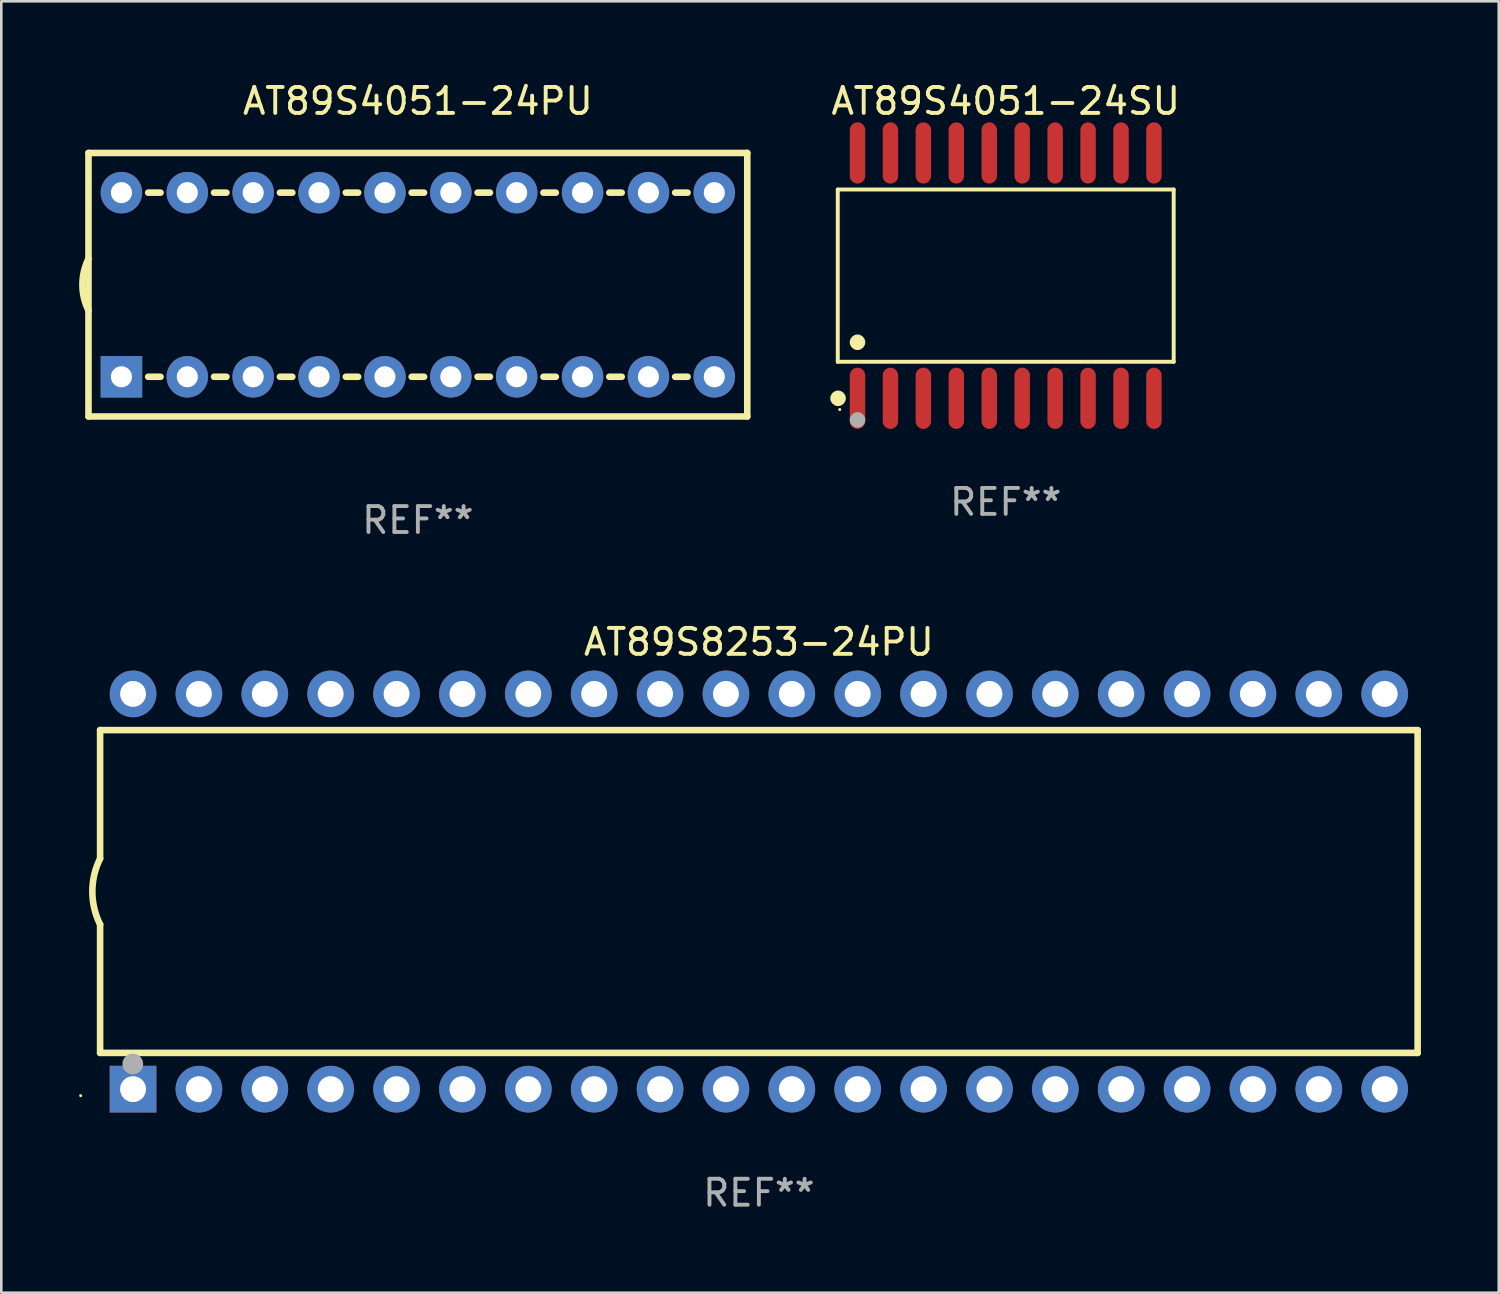
<source format=kicad_pcb>
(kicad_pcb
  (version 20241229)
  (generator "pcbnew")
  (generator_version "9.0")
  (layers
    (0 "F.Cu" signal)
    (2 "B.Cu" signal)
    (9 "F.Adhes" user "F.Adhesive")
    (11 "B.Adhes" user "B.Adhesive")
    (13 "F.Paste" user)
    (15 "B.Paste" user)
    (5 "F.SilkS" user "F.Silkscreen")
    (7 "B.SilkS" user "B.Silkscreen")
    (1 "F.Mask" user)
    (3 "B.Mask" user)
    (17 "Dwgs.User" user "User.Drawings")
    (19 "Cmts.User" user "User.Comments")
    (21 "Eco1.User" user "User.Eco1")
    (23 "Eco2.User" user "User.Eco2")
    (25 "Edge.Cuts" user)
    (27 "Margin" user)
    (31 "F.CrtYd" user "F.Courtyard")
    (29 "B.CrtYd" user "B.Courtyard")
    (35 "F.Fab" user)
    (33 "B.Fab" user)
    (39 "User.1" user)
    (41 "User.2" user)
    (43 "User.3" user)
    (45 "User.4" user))
  (footprint "AT89S4051-24PU"
    (layer "F.Cu")
    (at 13.062 7.928)
    (property "Reference" "AT89S4051-24PU" (at 0 -7.08 0) (layer "F.SilkS") (effects (font (size 1 1) (thickness 0.15))))
    (attr through_hole)
    (fp_line (start -12.7 -5.08) (end -12.7 5.08) (stroke (width 0.254) (type solid)) (layer "F.SilkS"))
    (fp_line (start -12.7 5.08) (end 12.7 5.08) (stroke (width 0.254) (type solid)) (layer "F.SilkS"))
    (fp_line (start -10.399 -3.55) (end -9.921 -3.55) (stroke (width 0.254) (type solid)) (layer "F.SilkS"))
    (fp_line (start -10.399 3.55) (end -9.921 3.55) (stroke (width 0.254) (type solid)) (layer "F.SilkS"))
    (fp_line (start -7.859 -3.55) (end -7.381 -3.55) (stroke (width 0.254) (type solid)) (layer "F.SilkS"))
    (fp_line (start -7.859 3.55) (end -7.381 3.55) (stroke (width 0.254) (type solid)) (layer "F.SilkS"))
    (fp_line (start -5.319 -3.55) (end -4.841 -3.55) (stroke (width 0.254) (type solid)) (layer "F.SilkS"))
    (fp_line (start -5.319 3.55) (end -4.841 3.55) (stroke (width 0.254) (type solid)) (layer "F.SilkS"))
    (fp_line (start -2.779 -3.55) (end -2.301 -3.55) (stroke (width 0.254) (type solid)) (layer "F.SilkS"))
    (fp_line (start -2.779 3.55) (end -2.301 3.55) (stroke (width 0.254) (type solid)) (layer "F.SilkS"))
    (fp_line (start -0.239 -3.55) (end 0.239 -3.55) (stroke (width 0.254) (type solid)) (layer "F.SilkS"))
    (fp_line (start -0.239 3.55) (end 0.239 3.55) (stroke (width 0.254) (type solid)) (layer "F.SilkS"))
    (fp_line (start 2.301 -3.55) (end 2.779 -3.55) (stroke (width 0.254) (type solid)) (layer "F.SilkS"))
    (fp_line (start 2.301 3.55) (end 2.779 3.55) (stroke (width 0.254) (type solid)) (layer "F.SilkS"))
    (fp_line (start 4.841 -3.55) (end 5.319 -3.55) (stroke (width 0.254) (type solid)) (layer "F.SilkS"))
    (fp_line (start 4.841 3.55) (end 5.319 3.55) (stroke (width 0.254) (type solid)) (layer "F.SilkS"))
    (fp_line (start 7.381 -3.55) (end 7.859 -3.55) (stroke (width 0.254) (type solid)) (layer "F.SilkS"))
    (fp_line (start 7.381 3.55) (end 7.859 3.55) (stroke (width 0.254) (type solid)) (layer "F.SilkS"))
    (fp_line (start 9.921 -3.55) (end 10.399 -3.55) (stroke (width 0.254) (type solid)) (layer "F.SilkS"))
    (fp_line (start 9.921 3.55) (end 10.399 3.55) (stroke (width 0.254) (type solid)) (layer "F.SilkS"))
    (fp_line (start 12.7 -5.08) (end -12.7 -5.08) (stroke (width 0.254) (type solid)) (layer "F.SilkS"))
    (fp_line (start 12.7 5.08) (end 12.7 -5.08) (stroke (width 0.254) (type solid)) (layer "F.SilkS"))
    (fp_arc (start -12.697638 0.999974) (mid -12.934513 0.000281) (end -12.700025 -0.999975) (stroke (width 0.254001) (type solid)) (layer "F.SilkS"))
    (fp_circle (center -12.7 5.08) (end -12.67 5.08) (stroke (width 0.06) (type solid)) (fill no) (layer "F.SilkS"))
    (fp_text user "REF**" (at 0 9.08 0) (layer "F.Fab") (effects (font (size 1 1) (thickness 0.15))))
    (pad "1" thru_hole rect (at -11.43 3.55) (size 1.6 1.6) (drill 0.813) (layers "*.Cu" "*.Mask"))
    (pad "2" thru_hole circle (at -8.89 3.55) (size 1.6 1.6) (drill 0.813) (layers "*.Cu" "*.Mask"))
    (pad "3" thru_hole circle (at -6.35 3.55) (size 1.6 1.6) (drill 0.813) (layers "*.Cu" "*.Mask"))
    (pad "4" thru_hole circle (at -3.81 3.55) (size 1.6 1.6) (drill 0.813) (layers "*.Cu" "*.Mask"))
    (pad "5" thru_hole circle (at -1.27 3.55) (size 1.6 1.6) (drill 0.813) (layers "*.Cu" "*.Mask"))
    (pad "6" thru_hole circle (at 1.27 3.55) (size 1.6 1.6) (drill 0.813) (layers "*.Cu" "*.Mask"))
    (pad "7" thru_hole circle (at 3.81 3.55) (size 1.6 1.6) (drill 0.813) (layers "*.Cu" "*.Mask"))
    (pad "8" thru_hole circle (at 6.35 3.55) (size 1.6 1.6) (drill 0.813) (layers "*.Cu" "*.Mask"))
    (pad "9" thru_hole circle (at 8.89 3.55) (size 1.6 1.6) (drill 0.813) (layers "*.Cu" "*.Mask"))
    (pad "10" thru_hole circle (at 11.43 3.55) (size 1.6 1.6) (drill 0.813) (layers "*.Cu" "*.Mask"))
    (pad "11" thru_hole circle (at 11.43 -3.55) (size 1.6 1.6) (drill 0.813) (layers "*.Cu" "*.Mask"))
    (pad "12" thru_hole circle (at 8.89 -3.55) (size 1.6 1.6) (drill 0.813) (layers "*.Cu" "*.Mask"))
    (pad "13" thru_hole circle (at 6.35 -3.55) (size 1.6 1.6) (drill 0.813) (layers "*.Cu" "*.Mask"))
    (pad "14" thru_hole circle (at 3.81 -3.55) (size 1.6 1.6) (drill 0.813) (layers "*.Cu" "*.Mask"))
    (pad "15" thru_hole circle (at 1.27 -3.55) (size 1.6 1.6) (drill 0.813) (layers "*.Cu" "*.Mask"))
    (pad "16" thru_hole circle (at -1.27 -3.55) (size 1.6 1.6) (drill 0.813) (layers "*.Cu" "*.Mask"))
    (pad "17" thru_hole circle (at -3.81 -3.55) (size 1.6 1.6) (drill 0.813) (layers "*.Cu" "*.Mask"))
    (pad "18" thru_hole circle (at -6.35 -3.55) (size 1.6 1.6) (drill 0.813) (layers "*.Cu" "*.Mask"))
    (pad "19" thru_hole circle (at -8.89 -3.55) (size 1.6 1.6) (drill 0.813) (layers "*.Cu" "*.Mask"))
    (pad "20" thru_hole circle (at -11.43 -3.55) (size 1.6 1.6) (drill 0.813) (layers "*.Cu" "*.Mask")))
  (footprint "AT89S8253-24PU"
    (layer "F.Cu")
    (at 26.21 31.325)
    (property "Reference" "AT89S8253-24PU" (at 0 -9.62 0) (layer "F.SilkS") (effects (font (size 1 1) (thickness 0.15))))
    (attr through_hole)
    (fp_line (start -25.4 -6.224) (end -25.4 -1.271) (stroke (width 0.254) (type solid)) (layer "F.SilkS"))
    (fp_line (start -25.4 -6.224) (end 25.4 -6.224) (stroke (width 0.254) (type solid)) (layer "F.SilkS"))
    (fp_line (start -25.4 1.269) (end -25.4 6.222) (stroke (width 0.254) (type solid)) (layer "F.SilkS"))
    (fp_line (start -25.4 6.222) (end 25.4 6.222) (stroke (width 0.254) (type solid)) (layer "F.SilkS"))
    (fp_line (start 25.4 6.222) (end 25.4 -6.224) (stroke (width 0.254) (type solid)) (layer "F.SilkS"))
    (fp_arc (start -25.4 1.269241) (mid -25.699807 -0.000762) (end -25.4 -1.270765) (stroke (width 0.254001) (type solid)) (layer "F.SilkS"))
    (fp_circle (center -26.15 7.87) (end -26.12 7.87) (stroke (width 0.06) (type solid)) (fill no) (layer "F.SilkS"))
    (fp_circle (center -24.14 6.65) (end -23.94 6.65) (stroke (width 0.4) (type solid)) (fill no) (layer "F.Fab"))
    (fp_text user "REF**" (at 0 11.62 0) (layer "F.Fab") (effects (font (size 1 1) (thickness 0.15))))
    (pad "1" thru_hole rect (at -24.13 7.62 90) (size 1.8 1.8) (drill 1) (layers "*.Cu" "*.Mask"))
    (pad "2" thru_hole circle (at -21.59 7.62) (size 1.8 1.8) (drill 1) (layers "*.Cu" "*.Mask"))
    (pad "3" thru_hole circle (at -19.05 7.62) (size 1.8 1.8) (drill 1) (layers "*.Cu" "*.Mask"))
    (pad "4" thru_hole circle (at -16.51 7.62) (size 1.8 1.8) (drill 1) (layers "*.Cu" "*.Mask"))
    (pad "5" thru_hole circle (at -13.97 7.62) (size 1.8 1.8) (drill 1) (layers "*.Cu" "*.Mask"))
    (pad "6" thru_hole circle (at -11.43 7.62) (size 1.8 1.8) (drill 1) (layers "*.Cu" "*.Mask"))
    (pad "7" thru_hole circle (at -8.89 7.62) (size 1.8 1.8) (drill 1) (layers "*.Cu" "*.Mask"))
    (pad "8" thru_hole circle (at -6.35 7.62) (size 1.8 1.8) (drill 1) (layers "*.Cu" "*.Mask"))
    (pad "9" thru_hole circle (at -3.81 7.62) (size 1.8 1.8) (drill 1) (layers "*.Cu" "*.Mask"))
    (pad "10" thru_hole circle (at -1.27 7.62) (size 1.8 1.8) (drill 1) (layers "*.Cu" "*.Mask"))
    (pad "11" thru_hole circle (at 1.27 7.62) (size 1.8 1.8) (drill 1) (layers "*.Cu" "*.Mask"))
    (pad "12" thru_hole circle (at 3.81 7.62) (size 1.8 1.8) (drill 1) (layers "*.Cu" "*.Mask"))
    (pad "13" thru_hole circle (at 6.35 7.62) (size 1.8 1.8) (drill 1) (layers "*.Cu" "*.Mask"))
    (pad "14" thru_hole circle (at 8.89 7.62) (size 1.8 1.8) (drill 1) (layers "*.Cu" "*.Mask"))
    (pad "15" thru_hole circle (at 11.43 7.62) (size 1.8 1.8) (drill 1) (layers "*.Cu" "*.Mask"))
    (pad "16" thru_hole circle (at 13.97 7.62) (size 1.8 1.8) (drill 1) (layers "*.Cu" "*.Mask"))
    (pad "17" thru_hole circle (at 16.51 7.62) (size 1.8 1.8) (drill 1) (layers "*.Cu" "*.Mask"))
    (pad "18" thru_hole circle (at 19.05 7.62) (size 1.8 1.8) (drill 1) (layers "*.Cu" "*.Mask"))
    (pad "19" thru_hole circle (at 21.59 7.62) (size 1.8 1.8) (drill 1) (layers "*.Cu" "*.Mask"))
    (pad "20" thru_hole circle (at 24.13 7.62) (size 1.8 1.8) (drill 1) (layers "*.Cu" "*.Mask"))
    (pad "21" thru_hole circle (at 24.13 -7.62) (size 1.8 1.8) (drill 1) (layers "*.Cu" "*.Mask"))
    (pad "22" thru_hole circle (at 21.59 -7.62) (size 1.8 1.8) (drill 1) (layers "*.Cu" "*.Mask"))
    (pad "23" thru_hole circle (at 19.05 -7.62) (size 1.8 1.8) (drill 1) (layers "*.Cu" "*.Mask"))
    (pad "24" thru_hole circle (at 16.51 -7.62) (size 1.8 1.8) (drill 1) (layers "*.Cu" "*.Mask"))
    (pad "25" thru_hole circle (at 13.97 -7.62) (size 1.8 1.8) (drill 1) (layers "*.Cu" "*.Mask"))
    (pad "26" thru_hole circle (at 11.43 -7.62) (size 1.8 1.8) (drill 1) (layers "*.Cu" "*.Mask"))
    (pad "27" thru_hole circle (at 8.89 -7.62) (size 1.8 1.8) (drill 1) (layers "*.Cu" "*.Mask"))
    (pad "28" thru_hole circle (at 6.35 -7.62) (size 1.8 1.8) (drill 1) (layers "*.Cu" "*.Mask"))
    (pad "29" thru_hole circle (at 3.81 -7.62) (size 1.8 1.8) (drill 1) (layers "*.Cu" "*.Mask"))
    (pad "30" thru_hole circle (at 1.27 -7.62) (size 1.8 1.8) (drill 1) (layers "*.Cu" "*.Mask"))
    (pad "31" thru_hole circle (at -1.27 -7.62) (size 1.8 1.8) (drill 1) (layers "*.Cu" "*.Mask"))
    (pad "32" thru_hole circle (at -3.81 -7.62) (size 1.8 1.8) (drill 1) (layers "*.Cu" "*.Mask"))
    (pad "33" thru_hole circle (at -6.35 -7.62) (size 1.8 1.8) (drill 1) (layers "*.Cu" "*.Mask"))
    (pad "34" thru_hole circle (at -8.89 -7.62) (size 1.8 1.8) (drill 1) (layers "*.Cu" "*.Mask"))
    (pad "35" thru_hole circle (at -11.43 -7.62) (size 1.8 1.8) (drill 1) (layers "*.Cu" "*.Mask"))
    (pad "36" thru_hole circle (at -13.97 -7.62) (size 1.8 1.8) (drill 1) (layers "*.Cu" "*.Mask"))
    (pad "37" thru_hole circle (at -16.51 -7.62) (size 1.8 1.8) (drill 1) (layers "*.Cu" "*.Mask"))
    (pad "38" thru_hole circle (at -19.05 -7.62) (size 1.8 1.8) (drill 1) (layers "*.Cu" "*.Mask"))
    (pad "39" thru_hole circle (at -21.59 -7.62) (size 1.8 1.8) (drill 1) (layers "*.Cu" "*.Mask"))
    (pad "40" thru_hole circle (at -24.13 -7.62) (size 1.8 1.8) (drill 1) (layers "*.Cu" "*.Mask")))
  (footprint "AT89S4051-24SU"
    (layer "F.Cu")
    (at 35.728 7.578)
    (property "Reference" "AT89S4051-24SU" (at 0 -6.73 0) (layer "F.SilkS") (effects (font (size 1 1) (thickness 0.15))))
    (attr through_hole)
    (fp_line (start -6.476 -3.321) (end 6.476 -3.321) (stroke (width 0.152) (type solid)) (layer "F.SilkS"))
    (fp_line (start -6.476 3.321) (end -6.476 -3.321) (stroke (width 0.152) (type solid)) (layer "F.SilkS"))
    (fp_line (start 6.476 -3.321) (end 6.476 3.321) (stroke (width 0.152) (type solid)) (layer "F.SilkS"))
    (fp_line (start 6.476 3.321) (end -6.476 3.321) (stroke (width 0.152) (type solid)) (layer "F.SilkS"))
    (fp_circle (center -6.465 4.73) (end -6.315 4.73) (stroke (width 0.3) (type solid)) (fill no) (layer "F.SilkS"))
    (fp_circle (center -6.4 5.163) (end -6.37 5.163) (stroke (width 0.06) (type solid)) (fill no) (layer "F.SilkS"))
    (fp_circle (center -5.715 2.569) (end -5.565 2.569) (stroke (width 0.3) (type solid)) (fill no) (layer "F.SilkS"))
    (fp_circle (center -5.715 5.563) (end -5.565 5.563) (stroke (width 0.3) (type solid)) (fill no) (layer "F.Fab"))
    (fp_text user "REF**" (at 0 8.73 0) (layer "F.Fab") (effects (font (size 1 1) (thickness 0.15))))
    (pad "1" smd oval (at -5.715 4.73) (size 0.595 2.36) (layers "F.Cu" "F.Mask" "F.Paste"))
    (pad "2" smd oval (at -4.445 4.73) (size 0.595 2.36) (layers "F.Cu" "F.Mask" "F.Paste"))
    (pad "3" smd oval (at -3.175 4.73) (size 0.595 2.36) (layers "F.Cu" "F.Mask" "F.Paste"))
    (pad "4" smd oval (at -1.905 4.73) (size 0.595 2.36) (layers "F.Cu" "F.Mask" "F.Paste"))
    (pad "5" smd oval (at -0.635 4.73) (size 0.595 2.36) (layers "F.Cu" "F.Mask" "F.Paste"))
    (pad "6" smd oval (at 0.635 4.73) (size 0.595 2.36) (layers "F.Cu" "F.Mask" "F.Paste"))
    (pad "7" smd oval (at 1.905 4.73) (size 0.595 2.36) (layers "F.Cu" "F.Mask" "F.Paste"))
    (pad "8" smd oval (at 3.175 4.73) (size 0.595 2.36) (layers "F.Cu" "F.Mask" "F.Paste"))
    (pad "9" smd oval (at 4.445 4.73) (size 0.595 2.36) (layers "F.Cu" "F.Mask" "F.Paste"))
    (pad "10" smd oval (at 5.715 4.73) (size 0.595 2.36) (layers "F.Cu" "F.Mask" "F.Paste"))
    (pad "11" smd oval (at 5.715 -4.73) (size 0.595 2.36) (layers "F.Cu" "F.Mask" "F.Paste"))
    (pad "12" smd oval (at 4.445 -4.73) (size 0.595 2.36) (layers "F.Cu" "F.Mask" "F.Paste"))
    (pad "13" smd oval (at 3.175 -4.73) (size 0.595 2.36) (layers "F.Cu" "F.Mask" "F.Paste"))
    (pad "14" smd oval (at 1.905 -4.73) (size 0.595 2.36) (layers "F.Cu" "F.Mask" "F.Paste"))
    (pad "15" smd oval (at 0.635 -4.73) (size 0.595 2.36) (layers "F.Cu" "F.Mask" "F.Paste"))
    (pad "16" smd oval (at -0.635 -4.73) (size 0.595 2.36) (layers "F.Cu" "F.Mask" "F.Paste"))
    (pad "17" smd oval (at -1.905 -4.73) (size 0.595 2.36) (layers "F.Cu" "F.Mask" "F.Paste"))
    (pad "18" smd oval (at -3.175 -4.73) (size 0.595 2.36) (layers "F.Cu" "F.Mask" "F.Paste"))
    (pad "19" smd oval (at -4.445 -4.73) (size 0.595 2.36) (layers "F.Cu" "F.Mask" "F.Paste"))
    (pad "20" smd oval (at -5.715 -4.73) (size 0.595 2.36) (layers "F.Cu" "F.Mask" "F.Paste")))
  (gr_rect
    (start -3 -3)
    (end 54.737 46.793)
    (stroke (width 0.1) (type default))
    (fill no)
    (layer "Edge.Cuts")))
</source>
